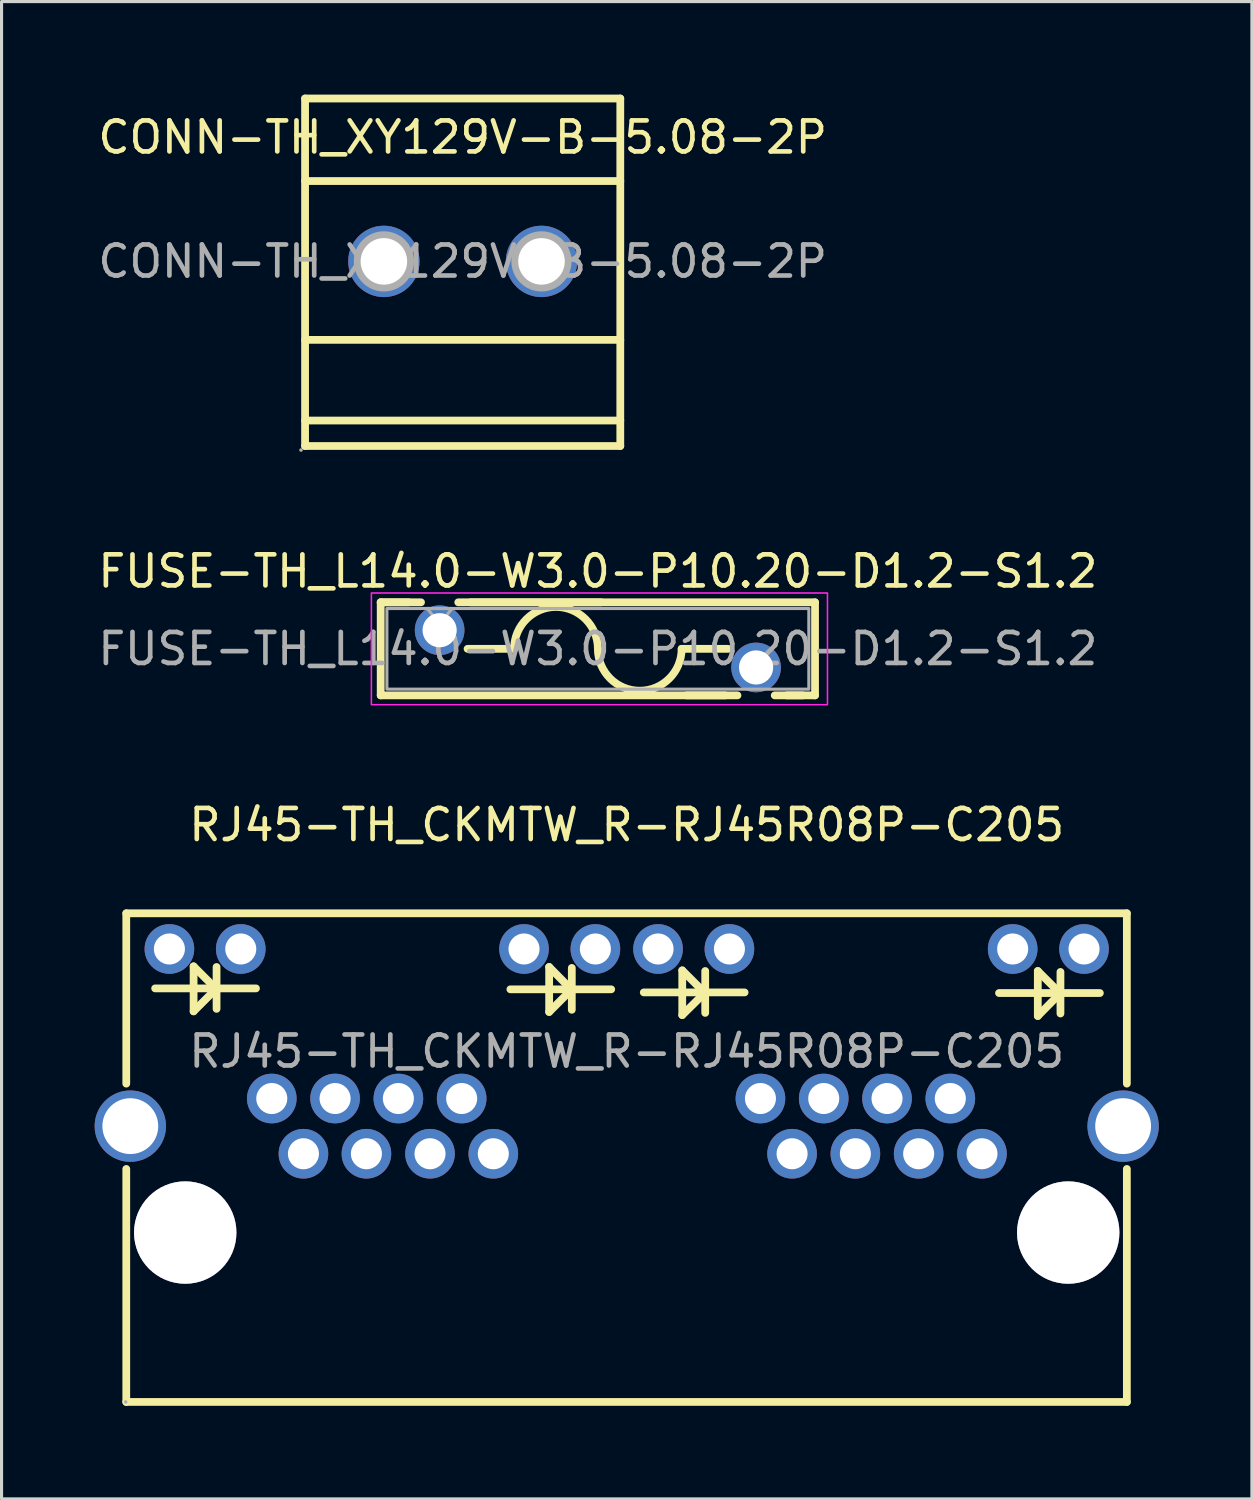
<source format=kicad_pcb>
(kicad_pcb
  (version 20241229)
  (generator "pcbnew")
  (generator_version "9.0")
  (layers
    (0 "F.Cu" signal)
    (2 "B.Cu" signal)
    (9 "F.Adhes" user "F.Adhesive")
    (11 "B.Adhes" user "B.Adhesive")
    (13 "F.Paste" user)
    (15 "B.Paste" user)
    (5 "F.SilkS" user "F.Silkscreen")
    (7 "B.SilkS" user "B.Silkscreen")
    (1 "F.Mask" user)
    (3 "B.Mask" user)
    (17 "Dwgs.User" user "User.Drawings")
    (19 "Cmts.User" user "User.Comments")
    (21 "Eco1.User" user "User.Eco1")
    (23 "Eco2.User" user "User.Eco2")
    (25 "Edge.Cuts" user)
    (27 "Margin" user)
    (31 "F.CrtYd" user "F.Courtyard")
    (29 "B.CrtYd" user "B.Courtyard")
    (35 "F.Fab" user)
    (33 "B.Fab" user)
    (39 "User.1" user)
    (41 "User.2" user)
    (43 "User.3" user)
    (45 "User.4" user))
  (footprint "CONN-TH_XY129V-B-5.08-2P"
    (layer "F.Cu")
    (at 11.863 5.375)
    (property "Reference" "CONN-TH_XY129V-B-5.08-2P" (at 0 -4 0) (layer "F.SilkS") (effects (font (size 1 1) (thickness 0.15))))
    (attr through_hole)
    (fp_line (start -5.08 -5.25) (end -5.08 5.95) (stroke (width 0.25) (type solid)) (layer "F.SilkS"))
    (fp_line (start -5.08 -5.25) (end 5.08 -5.25) (stroke (width 0.25) (type solid)) (layer "F.SilkS"))
    (fp_line (start -5.08 -2.59) (end 5.08 -2.59) (stroke (width 0.25) (type solid)) (layer "F.SilkS"))
    (fp_line (start -5.08 2.53) (end 5.08 2.53) (stroke (width 0.25) (type solid)) (layer "F.SilkS"))
    (fp_line (start -5.08 5.13) (end 5.08 5.13) (stroke (width 0.25) (type solid)) (layer "F.SilkS"))
    (fp_line (start -5.08 5.95) (end 5.08 5.95) (stroke (width 0.25) (type solid)) (layer "F.SilkS"))
    (fp_line (start 5.08 -5.25) (end 5.08 5.95) (stroke (width 0.25) (type solid)) (layer "F.SilkS"))
    (fp_circle (center -5.21 6.08) (end -5.18 6.08) (stroke (width 0.06) (type solid)) (fill no) (layer "F.Fab"))
    (fp_circle (center -2.54 0) (end -2.22 0) (stroke (width 0.65) (type solid)) (fill no) (layer "F.Fab"))
    (fp_circle (center 2.54 0) (end 2.86 0) (stroke (width 0.65) (type solid)) (fill no) (layer "F.Fab"))
    (fp_text user "${REFERENCE}" (at 0 0 0) (layer "F.Fab") (effects (font (size 1 1) (thickness 0.15))))
    (pad "1" thru_hole circle (at -2.54 0) (size 2.3 2.3) (drill 1.5) (layers "*.Cu" "*.Mask"))
    (pad "2" thru_hole circle (at 2.54 0) (size 2.3 2.3) (drill 1.5) (layers "*.Cu" "*.Mask")))
  (footprint "RJ45-TH_CKMTW_R-RJ45R08P-C205"
    (layer "F.Cu")
    (at 17.15 30.837)
    (property "Reference" "RJ45-TH_CKMTW_R-RJ45R08P-C205" (at 0 -7.3 0) (layer "F.SilkS") (effects (font (size 1 1) (thickness 0.15))))
    (attr through_hole)
    (fp_line (start -16.13 -4.45) (end -16.13 1.04) (stroke (width 0.25) (type solid)) (layer "F.SilkS"))
    (fp_line (start -16.13 3.79) (end -16.13 11.3) (stroke (width 0.25) (type solid)) (layer "F.SilkS"))
    (fp_line (start -16.13 11.3) (end 16.12 11.3) (stroke (width 0.25) (type solid)) (layer "F.SilkS"))
    (fp_line (start -15.2 -2.03) (end -11.95 -2.03) (stroke (width 0.25) (type solid)) (layer "F.SilkS"))
    (fp_line (start -13.96 -2.74) (end -13.96 -1.29) (stroke (width 0.25) (type solid)) (layer "F.SilkS"))
    (fp_line (start -13.96 -1.29) (end -13.27 -1.98) (stroke (width 0.25) (type solid)) (layer "F.SilkS"))
    (fp_line (start -13.27 -1.98) (end -13.25 -1.98) (stroke (width 0.25) (type solid)) (layer "F.SilkS"))
    (fp_line (start -13.25 -2.03) (end -13.96 -2.74) (stroke (width 0.25) (type solid)) (layer "F.SilkS"))
    (fp_line (start -13.22 -2.72) (end -13.22 -1.37) (stroke (width 0.25) (type solid)) (layer "F.SilkS"))
    (fp_line (start -3.75 -2) (end -0.5 -2) (stroke (width 0.25) (type solid)) (layer "F.SilkS"))
    (fp_line (start -2.5 -2.72) (end -2.5 -1.27) (stroke (width 0.25) (type solid)) (layer "F.SilkS"))
    (fp_line (start -2.5 -1.27) (end -1.82 -1.95) (stroke (width 0.25) (type solid)) (layer "F.SilkS"))
    (fp_line (start -1.82 -1.95) (end -1.79 -1.95) (stroke (width 0.25) (type solid)) (layer "F.SilkS"))
    (fp_line (start -1.79 -2) (end -2.5 -2.72) (stroke (width 0.25) (type solid)) (layer "F.SilkS"))
    (fp_line (start -1.77 -2.69) (end -1.77 -1.34) (stroke (width 0.25) (type solid)) (layer "F.SilkS"))
    (fp_line (start 0.55 -1.9) (end 3.8 -1.9) (stroke (width 0.25) (type solid)) (layer "F.SilkS"))
    (fp_line (start 1.79 -2.61) (end 1.79 -1.17) (stroke (width 0.25) (type solid)) (layer "F.SilkS"))
    (fp_line (start 1.79 -1.17) (end 2.48 -1.85) (stroke (width 0.25) (type solid)) (layer "F.SilkS"))
    (fp_line (start 2.48 -1.85) (end 2.5 -1.85) (stroke (width 0.25) (type solid)) (layer "F.SilkS"))
    (fp_line (start 2.5 -1.9) (end 1.79 -2.61) (stroke (width 0.25) (type solid)) (layer "F.SilkS"))
    (fp_line (start 2.53 -2.59) (end 2.53 -1.24) (stroke (width 0.25) (type solid)) (layer "F.SilkS"))
    (fp_line (start 12 -1.88) (end 15.25 -1.88) (stroke (width 0.25) (type solid)) (layer "F.SilkS"))
    (fp_line (start 13.25 -2.59) (end 13.25 -1.14) (stroke (width 0.25) (type solid)) (layer "F.SilkS"))
    (fp_line (start 13.25 -1.14) (end 13.93 -1.83) (stroke (width 0.25) (type solid)) (layer "F.SilkS"))
    (fp_line (start 13.93 -1.83) (end 13.96 -1.83) (stroke (width 0.25) (type solid)) (layer "F.SilkS"))
    (fp_line (start 13.96 -1.88) (end 13.25 -2.59) (stroke (width 0.25) (type solid)) (layer "F.SilkS"))
    (fp_line (start 13.98 -2.56) (end 13.98 -1.22) (stroke (width 0.25) (type solid)) (layer "F.SilkS"))
    (fp_line (start 16.12 -4.45) (end -16.13 -4.45) (stroke (width 0.25) (type solid)) (layer "F.SilkS"))
    (fp_line (start 16.12 1.04) (end 16.12 -4.45) (stroke (width 0.25) (type solid)) (layer "F.SilkS"))
    (fp_line (start 16.12 11.3) (end 16.12 3.79) (stroke (width 0.25) (type solid)) (layer "F.SilkS"))
    (fp_circle (center -16.15 11.3) (end -16.12 11.3) (stroke (width 0.06) (type solid)) (fill no) (layer "F.Fab"))
    (fp_circle (center -14.23 5.84) (end -13.48 5.84) (stroke (width 1.5) (type solid)) (fill no) (layer "F.Fab"))
    (fp_circle (center 14.23 5.84) (end 14.98 5.84) (stroke (width 1.5) (type solid)) (fill no) (layer "F.Fab"))
    (fp_text user "${REFERENCE}" (at 0 0 0) (layer "F.Fab") (effects (font (size 1 1) (thickness 0.15))))
    (pad "" thru_hole circle (at -14.23 5.84) (size 3.3 3.3) (drill 3.3) (layers "*.Cu" "*.Mask"))
    (pad "" thru_hole circle (at 14.23 5.84) (size 3.3 3.3) (drill 3.3) (layers "*.Cu" "*.Mask"))
    (pad "1" thru_hole circle (at -4.3 3.3) (size 1.6 1.6) (drill 1) (layers "*.Cu" "*.Mask"))
    (pad "2" thru_hole circle (at -5.32 1.52) (size 1.6 1.6) (drill 1) (layers "*.Cu" "*.Mask"))
    (pad "3" thru_hole circle (at -6.34 3.3) (size 1.6 1.6) (drill 1) (layers "*.Cu" "*.Mask"))
    (pad "4" thru_hole circle (at -7.36 1.52) (size 1.6 1.6) (drill 1) (layers "*.Cu" "*.Mask"))
    (pad "5" thru_hole circle (at -8.39 3.3) (size 1.6 1.6) (drill 1) (layers "*.Cu" "*.Mask"))
    (pad "6" thru_hole circle (at -9.4 1.52) (size 1.6 1.6) (drill 1) (layers "*.Cu" "*.Mask"))
    (pad "7" thru_hole circle (at -10.42 3.3) (size 1.6 1.6) (drill 1) (layers "*.Cu" "*.Mask"))
    (pad "8" thru_hole circle (at -11.44 1.52) (size 1.6 1.6) (drill 1) (layers "*.Cu" "*.Mask"))
    (pad "9" thru_hole circle (at 11.45 3.3) (size 1.6 1.6) (drill 1) (layers "*.Cu" "*.Mask"))
    (pad "10" thru_hole circle (at 10.43 1.52) (size 1.6 1.6) (drill 1) (layers "*.Cu" "*.Mask"))
    (pad "11" thru_hole circle (at 9.41 3.3) (size 1.6 1.6) (drill 1) (layers "*.Cu" "*.Mask"))
    (pad "12" thru_hole circle (at 8.39 1.52) (size 1.6 1.6) (drill 1) (layers "*.Cu" "*.Mask"))
    (pad "13" thru_hole circle (at 7.37 3.3) (size 1.6 1.6) (drill 1) (layers "*.Cu" "*.Mask"))
    (pad "14" thru_hole circle (at 6.35 1.52) (size 1.6 1.6) (drill 1) (layers "*.Cu" "*.Mask"))
    (pad "15" thru_hole circle (at 5.33 3.3) (size 1.6 1.6) (drill 1) (layers "*.Cu" "*.Mask"))
    (pad "16" thru_hole circle (at 4.31 1.52) (size 1.6 1.6) (drill 1) (layers "*.Cu" "*.Mask"))
    (pad "17" thru_hole circle (at 14.74 -3.3) (size 1.6 1.6) (drill 1) (layers "*.Cu" "*.Mask"))
    (pad "18" thru_hole circle (at 12.44 -3.3) (size 1.6 1.6) (drill 1) (layers "*.Cu" "*.Mask"))
    (pad "19" thru_hole circle (at 3.31 -3.3) (size 1.6 1.6) (drill 1) (layers "*.Cu" "*.Mask"))
    (pad "20" thru_hole circle (at 1.01 -3.3) (size 1.6 1.6) (drill 1) (layers "*.Cu" "*.Mask"))
    (pad "21" thru_hole circle (at -1.01 -3.3) (size 1.6 1.6) (drill 1) (layers "*.Cu" "*.Mask"))
    (pad "22" thru_hole circle (at -3.31 -3.3) (size 1.6 1.6) (drill 1) (layers "*.Cu" "*.Mask"))
    (pad "23" thru_hole circle (at -12.44 -3.3) (size 1.6 1.6) (drill 1) (layers "*.Cu" "*.Mask"))
    (pad "24" thru_hole circle (at -14.74 -3.3) (size 1.6 1.6) (drill 1) (layers "*.Cu" "*.Mask"))
    (pad "25" thru_hole circle (at -16 2.41 180) (size 2.3 2.3) (drill 1.8) (layers "*.Cu" "*.Mask"))
    (pad "26" thru_hole circle (at 16 2.41 180) (size 2.3 2.3) (drill 1.8) (layers "*.Cu" "*.Mask")))
  (footprint "FUSE-TH_L14.0-W3.0-P10.20-D1.2-S1.2"
    (layer "F.Cu")
    (at 16.22 17.863)
    (property "Reference" "FUSE-TH_L14.0-W3.0-P10.20-D1.2-S1.2" (at 0 -2.5 0) (layer "F.SilkS") (effects (font (size 1 1) (thickness 0.15))))
    (attr through_hole)
    (fp_line (start -7 -1.5) (end -7 1.5) (stroke (width 0.25) (type solid)) (layer "F.SilkS"))
    (fp_line (start -7 -1.5) (end -5.7 -1.5) (stroke (width 0.25) (type solid)) (layer "F.SilkS"))
    (fp_line (start -7 1.5) (end 4.11 1.5) (stroke (width 0.25) (type solid)) (layer "F.SilkS"))
    (fp_line (start -6.09 -1.5) (end -7 -1.5) (stroke (width 0.25) (type solid)) (layer "F.SilkS"))
    (fp_line (start -4.5 -1.5) (end 0.11 -1.5) (stroke (width 0.25) (type solid)) (layer "F.SilkS"))
    (fp_line (start -2.7 0) (end -4.2 0) (stroke (width 0.25) (type solid)) (layer "F.SilkS"))
    (fp_line (start 2.7 0) (end 4.2 0) (stroke (width 0.25) (type solid)) (layer "F.SilkS"))
    (fp_line (start 2.85 1.5) (end 4.5 1.5) (stroke (width 0.25) (type solid)) (layer "F.SilkS"))
    (fp_line (start 5.7 1.5) (end 6.61 1.5) (stroke (width 0.25) (type solid)) (layer "F.SilkS"))
    (fp_line (start 6.09 1.5) (end 7 1.5) (stroke (width 0.25) (type solid)) (layer "F.SilkS"))
    (fp_line (start 7 -1.5) (end -4.11 -1.5) (stroke (width 0.25) (type solid)) (layer "F.SilkS"))
    (fp_line (start 7 1.5) (end 7 -1.5) (stroke (width 0.25) (type solid)) (layer "F.SilkS"))
    (fp_arc (start -2.7 0) (mid -1.35 -1.35) (end 0 0) (stroke (width 0.25) (type solid)) (layer "F.SilkS"))
    (fp_arc (start 2.7 0) (mid 1.35 1.35) (end 0 0) (stroke (width 0.25) (type solid)) (layer "F.SilkS"))
    (fp_rect (start -7.3 -1.8) (end 7.4 1.8) (stroke (width 0.05) (type default)) (fill no) (layer "F.CrtYd"))
    (fp_rect (start -6.8 -1.3) (end 6.8 1.3) (stroke (width 0.1) (type default)) (fill no) (layer "F.Fab"))
    (fp_poly (pts (xy -5.5 -1.3) (xy -5.1 -0.8) (xy -4.7 -1.3)) (stroke (width 0.1) (type solid)) (fill no) (layer "F.Fab"))
    (fp_text user "${REFERENCE}" (at 0 0 0) (layer "F.Fab") (effects (font (size 1 1) (thickness 0.15))))
    (pad "1" thru_hole circle (at -5.1 -0.6) (size 1.6 1.6) (drill 1.1) (layers "*.Cu" "*.Mask"))
    (pad "2" thru_hole circle (at 5.1 0.6) (size 1.6 1.6) (drill 1.1) (layers "*.Cu" "*.Mask")))
  (gr_rect
    (start -3 -3)
    (end 37.3 45.261)
    (stroke (width 0.1) (type default))
    (fill no)
    (layer "Edge.Cuts")))
</source>
